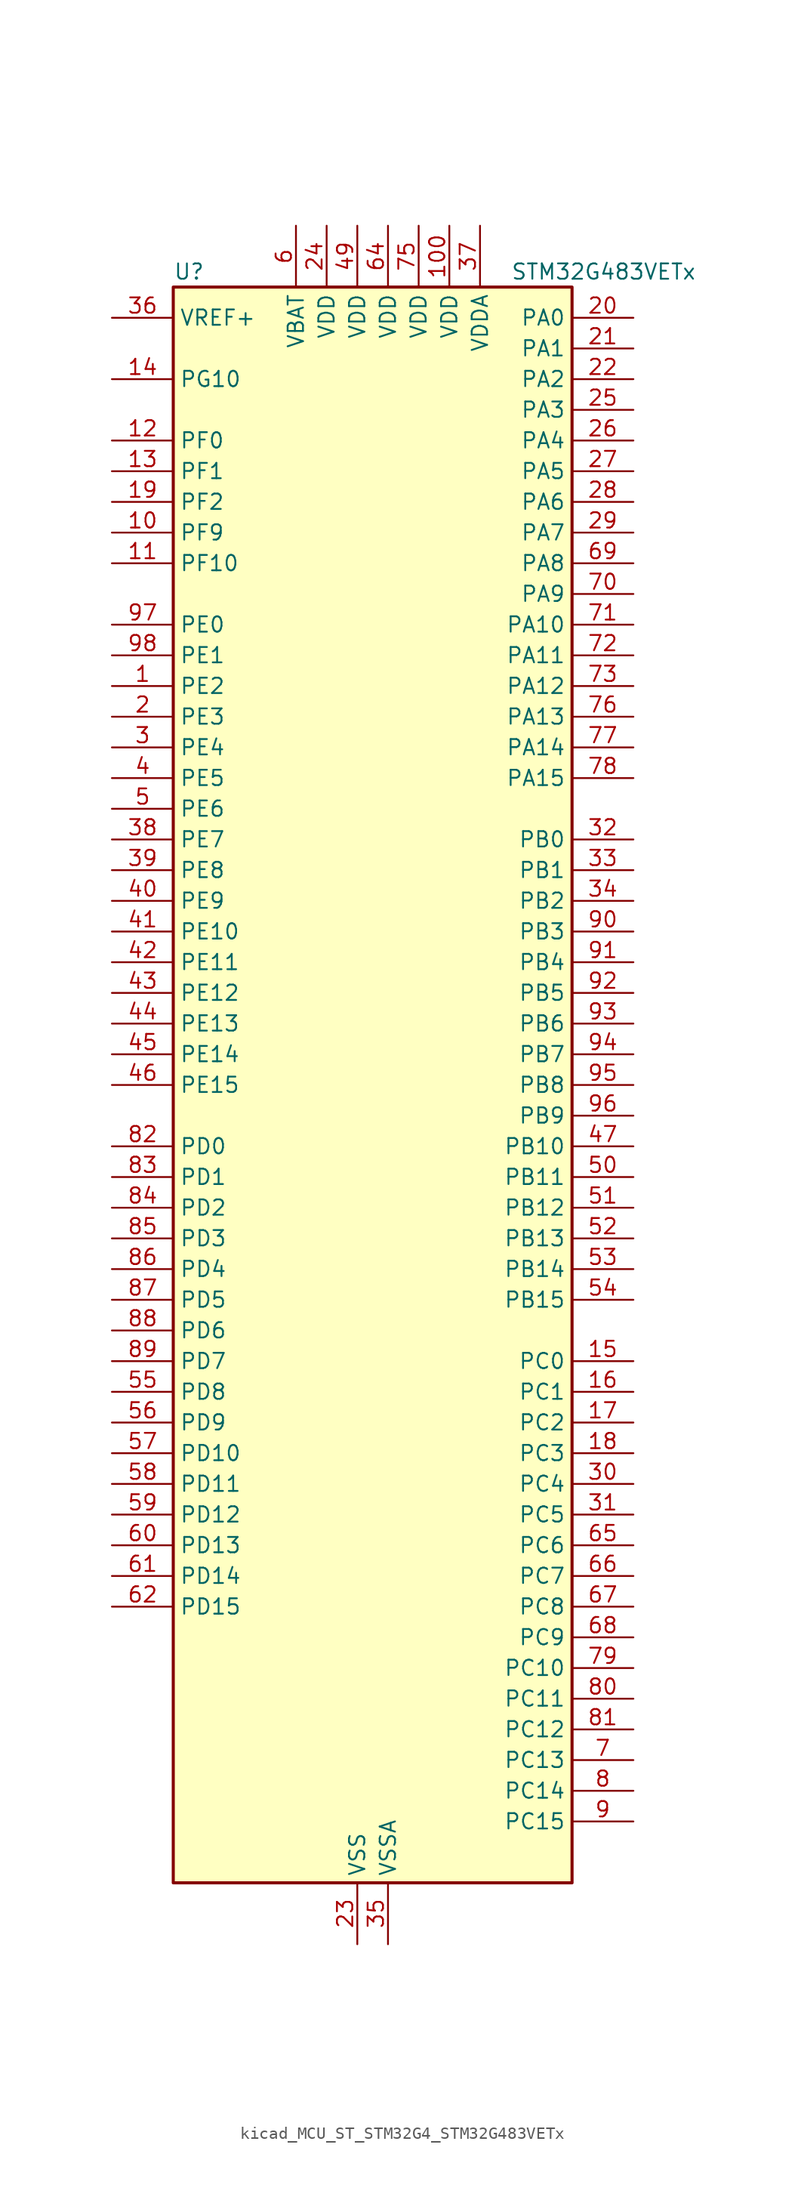
<source format=kicad_sym>
(kicad_symbol_lib
  (version 20220914)
  (generator kicad_symbol_editor)
  (symbol "kicad_MCU_ST_STM32G4_STM32G483VETx"
    (property "Reference" "U"
      (at -15.24 67.31 0)
      (effects (font (size 1.27 1.27)) (justify left)))
    (property "Value" "STM32G483VETx"
      (at 12.7 67.31 0)
      (effects (font (size 1.27 1.27)) (justify left)))
    (property "ki_locked" ""
      (at 0 0 0)
      (effects (font (size 1.27 1.27))))
    (symbol "kicad_MCU_ST_STM32G4_STM32G483VETx_0_1"
      (rectangle (start -15.24 -66.04) (end 17.78 66.04) (stroke (width 0.254) (type default)) (fill (type background))))
    (symbol "kicad_MCU_ST_STM32G4_STM32G483VETx_1_1"
      (pin bidirectional line (at -20.32 33.02 0) (length 5.08) (name "PE2" (effects (font (size 1.27 1.27)))) (number "1" (effects (font (size 1.27 1.27)))) (alternate "ADC3_EXTI2" bidirectional line) (alternate "ADC4_EXTI2" bidirectional line) (alternate "ADC5_EXTI2" bidirectional line) (alternate "FMC_A23" bidirectional line) (alternate "SAI1_CK1" bidirectional line) (alternate "SAI1_MCLK_A" bidirectional line) (alternate "SPI4_SCK" bidirectional line) (alternate "SYS_TRACECLK" bidirectional line) (alternate "TIM20_CH1" bidirectional line) (alternate "TIM3_CH1" bidirectional line))
      (pin bidirectional line (at -20.32 45.72 0) (length 5.08) (name "PF9" (effects (font (size 1.27 1.27)))) (number "10" (effects (font (size 1.27 1.27)))) (alternate "DAC1_EXTI9" bidirectional line) (alternate "DAC2_EXTI9" bidirectional line) (alternate "DAC3_EXTI9" bidirectional line) (alternate "DAC4_EXTI9" bidirectional line) (alternate "FMC_A25" bidirectional line) (alternate "QUADSPI1_BK1_IO1" bidirectional line) (alternate "SAI1_FS_B" bidirectional line) (alternate "SPI2_SCK" bidirectional line) (alternate "TIM15_CH1" bidirectional line) (alternate "TIM20_BKIN" bidirectional line) (alternate "TIM5_CH4" bidirectional line))
      (pin power_in line (at 7.62 71.12 270) (length 5.08) (name "VDD" (effects (font (size 1.27 1.27)))) (number "100" (effects (font (size 1.27 1.27)))))
      (pin bidirectional line (at -20.32 43.18 0) (length 5.08) (name "PF10" (effects (font (size 1.27 1.27)))) (number "11" (effects (font (size 1.27 1.27)))) (alternate "DAC1_EXTI10" bidirectional line) (alternate "DAC2_EXTI10" bidirectional line) (alternate "DAC3_EXTI10" bidirectional line) (alternate "DAC4_EXTI10" bidirectional line) (alternate "FMC_A0" bidirectional line) (alternate "QUADSPI1_CLK" bidirectional line) (alternate "SAI1_D3" bidirectional line) (alternate "SPI2_SCK" bidirectional line) (alternate "TIM15_CH2" bidirectional line) (alternate "TIM20_BKIN2" bidirectional line))
      (pin bidirectional line (at -20.32 53.34 0) (length 5.08) (name "PF0" (effects (font (size 1.27 1.27)))) (number "12" (effects (font (size 1.27 1.27)))) (alternate "ADC1_IN10" bidirectional line) (alternate "I2C2_SDA" bidirectional line) (alternate "I2S2_WS" bidirectional line) (alternate "RCC_OSC_IN" bidirectional line) (alternate "SPI2_NSS" bidirectional line) (alternate "TIM1_CH3N" bidirectional line))
      (pin bidirectional line (at -20.32 50.8 0) (length 5.08) (name "PF1" (effects (font (size 1.27 1.27)))) (number "13" (effects (font (size 1.27 1.27)))) (alternate "ADC2_IN10" bidirectional line) (alternate "COMP3_INM" bidirectional line) (alternate "I2S2_CK" bidirectional line) (alternate "RCC_OSC_OUT" bidirectional line) (alternate "SPI2_SCK" bidirectional line))
      (pin bidirectional line (at -20.32 58.42 0) (length 5.08) (name "PG10" (effects (font (size 1.27 1.27)))) (number "14" (effects (font (size 1.27 1.27)))) (alternate "DAC1_EXTI10" bidirectional line) (alternate "DAC2_EXTI10" bidirectional line) (alternate "DAC3_EXTI10" bidirectional line) (alternate "DAC4_EXTI10" bidirectional line) (alternate "RCC_MCO" bidirectional line))
      (pin bidirectional line (at 22.86 -22.86 180) (length 5.08) (name "PC0" (effects (font (size 1.27 1.27)))) (number "15" (effects (font (size 1.27 1.27)))) (alternate "ADC1_IN6" bidirectional line) (alternate "ADC2_IN6" bidirectional line) (alternate "COMP3_INM" bidirectional line) (alternate "LPTIM1_IN1" bidirectional line) (alternate "LPUART1_RX" bidirectional line) (alternate "TIM1_CH1" bidirectional line))
      (pin bidirectional line (at 22.86 -25.4 180) (length 5.08) (name "PC1" (effects (font (size 1.27 1.27)))) (number "16" (effects (font (size 1.27 1.27)))) (alternate "ADC1_IN7" bidirectional line) (alternate "ADC2_IN7" bidirectional line) (alternate "COMP3_INP" bidirectional line) (alternate "LPTIM1_OUT" bidirectional line) (alternate "LPUART1_TX" bidirectional line) (alternate "QUADSPI1_BK2_IO0" bidirectional line) (alternate "SAI1_SD_A" bidirectional line) (alternate "TIM1_CH2" bidirectional line))
      (pin bidirectional line (at 22.86 -27.94 180) (length 5.08) (name "PC2" (effects (font (size 1.27 1.27)))) (number "17" (effects (font (size 1.27 1.27)))) (alternate "ADC1_IN8" bidirectional line) (alternate "ADC2_IN8" bidirectional line) (alternate "ADC3_EXTI2" bidirectional line) (alternate "ADC4_EXTI2" bidirectional line) (alternate "ADC5_EXTI2" bidirectional line) (alternate "COMP3_OUT" bidirectional line) (alternate "LPTIM1_IN2" bidirectional line) (alternate "QUADSPI1_BK2_IO1" bidirectional line) (alternate "TIM1_CH3" bidirectional line) (alternate "TIM20_CH2" bidirectional line))
      (pin bidirectional line (at 22.86 -30.48 180) (length 5.08) (name "PC3" (effects (font (size 1.27 1.27)))) (number "18" (effects (font (size 1.27 1.27)))) (alternate "ADC1_IN9" bidirectional line) (alternate "ADC2_IN9" bidirectional line) (alternate "ADC3_EXTI3" bidirectional line) (alternate "ADC4_EXTI3" bidirectional line) (alternate "ADC5_EXTI3" bidirectional line) (alternate "LPTIM1_ETR" bidirectional line) (alternate "OPAMP5_VINP" bidirectional line) (alternate "OPAMP5_VINP_SEC" bidirectional line) (alternate "QUADSPI1_BK2_IO2" bidirectional line) (alternate "SAI1_D1" bidirectional line) (alternate "SAI1_SD_A" bidirectional line) (alternate "TIM1_BKIN2" bidirectional line) (alternate "TIM1_CH4" bidirectional line))
      (pin bidirectional line (at -20.32 48.26 0) (length 5.08) (name "PF2" (effects (font (size 1.27 1.27)))) (number "19" (effects (font (size 1.27 1.27)))) (alternate "ADC3_EXTI2" bidirectional line) (alternate "ADC4_EXTI2" bidirectional line) (alternate "ADC5_EXTI2" bidirectional line) (alternate "FMC_A2" bidirectional line) (alternate "I2C2_SMBA" bidirectional line) (alternate "TIM20_CH3" bidirectional line))
      (pin bidirectional line (at -20.32 30.48 0) (length 5.08) (name "PE3" (effects (font (size 1.27 1.27)))) (number "2" (effects (font (size 1.27 1.27)))) (alternate "ADC3_EXTI3" bidirectional line) (alternate "ADC4_EXTI3" bidirectional line) (alternate "ADC5_EXTI3" bidirectional line) (alternate "FMC_A19" bidirectional line) (alternate "SAI1_SD_B" bidirectional line) (alternate "SPI4_NSS" bidirectional line) (alternate "SYS_TRACED0" bidirectional line) (alternate "TIM20_CH2" bidirectional line) (alternate "TIM3_CH2" bidirectional line))
      (pin bidirectional line (at 22.86 63.5 180) (length 5.08) (name "PA0" (effects (font (size 1.27 1.27)))) (number "20" (effects (font (size 1.27 1.27)))) (alternate "ADC1_IN1" bidirectional line) (alternate "ADC2_IN1" bidirectional line) (alternate "COMP1_INM" bidirectional line) (alternate "COMP1_OUT" bidirectional line) (alternate "COMP3_INP" bidirectional line) (alternate "RTC_TAMP2" bidirectional line) (alternate "SYS_WKUP1" bidirectional line) (alternate "TIM2_CH1" bidirectional line) (alternate "TIM2_ETR" bidirectional line) (alternate "TIM5_CH1" bidirectional line) (alternate "TIM8_BKIN" bidirectional line) (alternate "TIM8_ETR" bidirectional line) (alternate "USART2_CTS" bidirectional line) (alternate "USART2_NSS" bidirectional line))
      (pin bidirectional line (at 22.86 60.96 180) (length 5.08) (name "PA1" (effects (font (size 1.27 1.27)))) (number "21" (effects (font (size 1.27 1.27)))) (alternate "ADC1_IN2" bidirectional line) (alternate "ADC2_IN2" bidirectional line) (alternate "COMP1_INP" bidirectional line) (alternate "OPAMP1_VINP" bidirectional line) (alternate "OPAMP1_VINP_SEC" bidirectional line) (alternate "OPAMP3_VINP" bidirectional line) (alternate "OPAMP3_VINP_SEC" bidirectional line) (alternate "OPAMP6_VINM" bidirectional line) (alternate "OPAMP6_VINM0" bidirectional line) (alternate "OPAMP6_VINM_SEC" bidirectional line) (alternate "RTC_REFIN" bidirectional line) (alternate "TIM15_CH1N" bidirectional line) (alternate "TIM2_CH2" bidirectional line) (alternate "TIM5_CH2" bidirectional line) (alternate "USART2_DE" bidirectional line) (alternate "USART2_RTS" bidirectional line))
      (pin bidirectional line (at 22.86 58.42 180) (length 5.08) (name "PA2" (effects (font (size 1.27 1.27)))) (number "22" (effects (font (size 1.27 1.27)))) (alternate "ADC1_IN3" bidirectional line) (alternate "ADC3_EXTI2" bidirectional line) (alternate "ADC4_EXTI2" bidirectional line) (alternate "ADC5_EXTI2" bidirectional line) (alternate "COMP2_INM" bidirectional line) (alternate "COMP2_OUT" bidirectional line) (alternate "LPUART1_TX" bidirectional line) (alternate "OPAMP1_VOUT" bidirectional line) (alternate "QUADSPI1_BK1_NCS" bidirectional line) (alternate "RCC_LSCO" bidirectional line) (alternate "SYS_WKUP4" bidirectional line) (alternate "TIM15_CH1" bidirectional line) (alternate "TIM2_CH3" bidirectional line) (alternate "TIM5_CH3" bidirectional line) (alternate "UCPD1_FRSTX1" bidirectional line) (alternate "UCPD1_FRSTX2" bidirectional line) (alternate "USART2_TX" bidirectional line))
      (pin power_in line (at 0 -71.12 90) (length 5.08) (name "VSS" (effects (font (size 1.27 1.27)))) (number "23" (effects (font (size 1.27 1.27)))))
      (pin power_in line (at -2.54 71.12 270) (length 5.08) (name "VDD" (effects (font (size 1.27 1.27)))) (number "24" (effects (font (size 1.27 1.27)))))
      (pin bidirectional line (at 22.86 55.88 180) (length 5.08) (name "PA3" (effects (font (size 1.27 1.27)))) (number "25" (effects (font (size 1.27 1.27)))) (alternate "ADC1_IN4" bidirectional line) (alternate "ADC3_EXTI3" bidirectional line) (alternate "ADC4_EXTI3" bidirectional line) (alternate "ADC5_EXTI3" bidirectional line) (alternate "COMP2_INP" bidirectional line) (alternate "LPUART1_RX" bidirectional line) (alternate "OPAMP1_VINM" bidirectional line) (alternate "OPAMP1_VINM0" bidirectional line) (alternate "OPAMP1_VINM_SEC" bidirectional line) (alternate "OPAMP1_VINP" bidirectional line) (alternate "OPAMP1_VINP_SEC" bidirectional line) (alternate "OPAMP5_VINM" bidirectional line) (alternate "OPAMP5_VINM1" bidirectional line) (alternate "OPAMP5_VINM_SEC" bidirectional line) (alternate "QUADSPI1_CLK" bidirectional line) (alternate "SAI1_CK1" bidirectional line) (alternate "SAI1_MCLK_A" bidirectional line) (alternate "TIM15_CH2" bidirectional line) (alternate "TIM2_CH4" bidirectional line) (alternate "TIM5_CH4" bidirectional line) (alternate "USART2_RX" bidirectional line))
      (pin bidirectional line (at 22.86 53.34 180) (length 5.08) (name "PA4" (effects (font (size 1.27 1.27)))) (number "26" (effects (font (size 1.27 1.27)))) (alternate "ADC2_IN17" bidirectional line) (alternate "COMP1_INM" bidirectional line) (alternate "DAC1_OUT1" bidirectional line) (alternate "I2S3_WS" bidirectional line) (alternate "SAI1_FS_B" bidirectional line) (alternate "SPI1_NSS" bidirectional line) (alternate "SPI3_NSS" bidirectional line) (alternate "TIM3_CH2" bidirectional line) (alternate "USART2_CK" bidirectional line))
      (pin bidirectional line (at 22.86 50.8 180) (length 5.08) (name "PA5" (effects (font (size 1.27 1.27)))) (number "27" (effects (font (size 1.27 1.27)))) (alternate "ADC2_IN13" bidirectional line) (alternate "COMP2_INM" bidirectional line) (alternate "DAC1_OUT2" bidirectional line) (alternate "OPAMP2_VINM" bidirectional line) (alternate "OPAMP2_VINM0" bidirectional line) (alternate "OPAMP2_VINM_SEC" bidirectional line) (alternate "SPI1_SCK" bidirectional line) (alternate "TIM2_CH1" bidirectional line) (alternate "TIM2_ETR" bidirectional line) (alternate "UCPD1_FRSTX1" bidirectional line) (alternate "UCPD1_FRSTX2" bidirectional line))
      (pin bidirectional line (at 22.86 48.26 180) (length 5.08) (name "PA6" (effects (font (size 1.27 1.27)))) (number "28" (effects (font (size 1.27 1.27)))) (alternate "ADC2_IN3" bidirectional line) (alternate "COMP1_OUT" bidirectional line) (alternate "DAC2_OUT1" bidirectional line) (alternate "LPUART1_CTS" bidirectional line) (alternate "OPAMP2_VOUT" bidirectional line) (alternate "QUADSPI1_BK1_IO3" bidirectional line) (alternate "SPI1_MISO" bidirectional line) (alternate "TIM16_CH1" bidirectional line) (alternate "TIM1_BKIN" bidirectional line) (alternate "TIM3_CH1" bidirectional line) (alternate "TIM8_BKIN" bidirectional line))
      (pin bidirectional line (at 22.86 45.72 180) (length 5.08) (name "PA7" (effects (font (size 1.27 1.27)))) (number "29" (effects (font (size 1.27 1.27)))) (alternate "ADC2_IN4" bidirectional line) (alternate "COMP2_INP" bidirectional line) (alternate "COMP2_OUT" bidirectional line) (alternate "OPAMP1_VINP" bidirectional line) (alternate "OPAMP1_VINP_SEC" bidirectional line) (alternate "OPAMP2_VINP" bidirectional line) (alternate "OPAMP2_VINP_SEC" bidirectional line) (alternate "QUADSPI1_BK1_IO2" bidirectional line) (alternate "SPI1_MOSI" bidirectional line) (alternate "TIM17_CH1" bidirectional line) (alternate "TIM1_CH1N" bidirectional line) (alternate "TIM3_CH2" bidirectional line) (alternate "TIM8_CH1N" bidirectional line) (alternate "UCPD1_FRSTX1" bidirectional line) (alternate "UCPD1_FRSTX2" bidirectional line))
      (pin bidirectional line (at -20.32 27.94 0) (length 5.08) (name "PE4" (effects (font (size 1.27 1.27)))) (number "3" (effects (font (size 1.27 1.27)))) (alternate "FMC_A20" bidirectional line) (alternate "SAI1_D2" bidirectional line) (alternate "SAI1_FS_A" bidirectional line) (alternate "SPI4_NSS" bidirectional line) (alternate "SYS_TRACED1" bidirectional line) (alternate "TIM20_CH1N" bidirectional line) (alternate "TIM3_CH3" bidirectional line))
      (pin bidirectional line (at 22.86 -33.02 180) (length 5.08) (name "PC4" (effects (font (size 1.27 1.27)))) (number "30" (effects (font (size 1.27 1.27)))) (alternate "ADC2_IN5" bidirectional line) (alternate "I2C2_SCL" bidirectional line) (alternate "QUADSPI1_BK2_IO3" bidirectional line) (alternate "TIM1_ETR" bidirectional line) (alternate "USART1_TX" bidirectional line))
      (pin bidirectional line (at 22.86 -35.56 180) (length 5.08) (name "PC5" (effects (font (size 1.27 1.27)))) (number "31" (effects (font (size 1.27 1.27)))) (alternate "ADC2_IN11" bidirectional line) (alternate "OPAMP1_VINM" bidirectional line) (alternate "OPAMP1_VINM1" bidirectional line) (alternate "OPAMP1_VINM_SEC" bidirectional line) (alternate "OPAMP2_VINM" bidirectional line) (alternate "OPAMP2_VINM1" bidirectional line) (alternate "OPAMP2_VINM_SEC" bidirectional line) (alternate "SAI1_D3" bidirectional line) (alternate "SYS_WKUP5" bidirectional line) (alternate "TIM15_BKIN" bidirectional line) (alternate "TIM1_CH4N" bidirectional line) (alternate "USART1_RX" bidirectional line))
      (pin bidirectional line (at 22.86 20.32 180) (length 5.08) (name "PB0" (effects (font (size 1.27 1.27)))) (number "32" (effects (font (size 1.27 1.27)))) (alternate "ADC1_IN15" bidirectional line) (alternate "ADC3_IN12" bidirectional line) (alternate "COMP4_INP" bidirectional line) (alternate "OPAMP2_VINP" bidirectional line) (alternate "OPAMP2_VINP_SEC" bidirectional line) (alternate "OPAMP3_VINP" bidirectional line) (alternate "OPAMP3_VINP_SEC" bidirectional line) (alternate "QUADSPI1_BK1_IO1" bidirectional line) (alternate "TIM1_CH2N" bidirectional line) (alternate "TIM3_CH3" bidirectional line) (alternate "TIM8_CH2N" bidirectional line) (alternate "UCPD1_FRSTX1" bidirectional line) (alternate "UCPD1_FRSTX2" bidirectional line))
      (pin bidirectional line (at 22.86 17.78 180) (length 5.08) (name "PB1" (effects (font (size 1.27 1.27)))) (number "33" (effects (font (size 1.27 1.27)))) (alternate "ADC1_IN12" bidirectional line) (alternate "ADC3_IN1" bidirectional line) (alternate "COMP1_INP" bidirectional line) (alternate "COMP4_OUT" bidirectional line) (alternate "LPUART1_DE" bidirectional line) (alternate "LPUART1_RTS" bidirectional line) (alternate "OPAMP3_VOUT" bidirectional line) (alternate "OPAMP6_VINM" bidirectional line) (alternate "OPAMP6_VINM1" bidirectional line) (alternate "OPAMP6_VINM_SEC" bidirectional line) (alternate "QUADSPI1_BK1_IO0" bidirectional line) (alternate "TIM1_CH3N" bidirectional line) (alternate "TIM3_CH4" bidirectional line) (alternate "TIM8_CH3N" bidirectional line))
      (pin bidirectional line (at 22.86 15.24 180) (length 5.08) (name "PB2" (effects (font (size 1.27 1.27)))) (number "34" (effects (font (size 1.27 1.27)))) (alternate "ADC2_IN12" bidirectional line) (alternate "ADC3_EXTI2" bidirectional line) (alternate "ADC4_EXTI2" bidirectional line) (alternate "ADC5_EXTI2" bidirectional line) (alternate "COMP4_INM" bidirectional line) (alternate "I2C3_SMBA" bidirectional line) (alternate "LPTIM1_OUT" bidirectional line) (alternate "OPAMP3_VINM" bidirectional line) (alternate "OPAMP3_VINM0" bidirectional line) (alternate "OPAMP3_VINM_SEC" bidirectional line) (alternate "QUADSPI1_BK2_IO1" bidirectional line) (alternate "RTC_OUT2" bidirectional line) (alternate "TIM20_CH1" bidirectional line) (alternate "TIM5_CH1" bidirectional line))
      (pin power_in line (at 2.54 -71.12 90) (length 5.08) (name "VSSA" (effects (font (size 1.27 1.27)))) (number "35" (effects (font (size 1.27 1.27)))))
      (pin input line (at -20.32 63.5 0) (length 5.08) (name "VREF+" (effects (font (size 1.27 1.27)))) (number "36" (effects (font (size 1.27 1.27)))) (alternate "VREFBUF_OUT" bidirectional line))
      (pin power_in line (at 10.16 71.12 270) (length 5.08) (name "VDDA" (effects (font (size 1.27 1.27)))) (number "37" (effects (font (size 1.27 1.27)))))
      (pin bidirectional line (at -20.32 20.32 0) (length 5.08) (name "PE7" (effects (font (size 1.27 1.27)))) (number "38" (effects (font (size 1.27 1.27)))) (alternate "ADC3_IN4" bidirectional line) (alternate "COMP4_INP" bidirectional line) (alternate "FMC_D4" bidirectional line) (alternate "FMC_DA4" bidirectional line) (alternate "SAI1_SD_B" bidirectional line) (alternate "TIM1_ETR" bidirectional line))
      (pin bidirectional line (at -20.32 17.78 0) (length 5.08) (name "PE8" (effects (font (size 1.27 1.27)))) (number "39" (effects (font (size 1.27 1.27)))) (alternate "ADC3_IN6" bidirectional line) (alternate "ADC4_IN6" bidirectional line) (alternate "ADC5_IN6" bidirectional line) (alternate "COMP4_INM" bidirectional line) (alternate "FMC_D5" bidirectional line) (alternate "FMC_DA5" bidirectional line) (alternate "SAI1_SCK_B" bidirectional line) (alternate "TIM1_CH1N" bidirectional line) (alternate "TIM5_CH3" bidirectional line))
      (pin bidirectional line (at -20.32 25.4 0) (length 5.08) (name "PE5" (effects (font (size 1.27 1.27)))) (number "4" (effects (font (size 1.27 1.27)))) (alternate "FMC_A21" bidirectional line) (alternate "SAI1_CK2" bidirectional line) (alternate "SAI1_SCK_A" bidirectional line) (alternate "SPI4_MISO" bidirectional line) (alternate "SYS_TRACED2" bidirectional line) (alternate "TIM20_CH2N" bidirectional line) (alternate "TIM3_CH4" bidirectional line))
      (pin bidirectional line (at -20.32 15.24 0) (length 5.08) (name "PE9" (effects (font (size 1.27 1.27)))) (number "40" (effects (font (size 1.27 1.27)))) (alternate "ADC3_IN2" bidirectional line) (alternate "DAC1_EXTI9" bidirectional line) (alternate "DAC2_EXTI9" bidirectional line) (alternate "DAC3_EXTI9" bidirectional line) (alternate "DAC4_EXTI9" bidirectional line) (alternate "FMC_D6" bidirectional line) (alternate "FMC_DA6" bidirectional line) (alternate "SAI1_FS_B" bidirectional line) (alternate "TIM1_CH1" bidirectional line) (alternate "TIM5_CH4" bidirectional line))
      (pin bidirectional line (at -20.32 12.7 0) (length 5.08) (name "PE10" (effects (font (size 1.27 1.27)))) (number "41" (effects (font (size 1.27 1.27)))) (alternate "ADC3_IN14" bidirectional line) (alternate "ADC4_IN14" bidirectional line) (alternate "ADC5_IN14" bidirectional line) (alternate "DAC1_EXTI10" bidirectional line) (alternate "DAC2_EXTI10" bidirectional line) (alternate "DAC3_EXTI10" bidirectional line) (alternate "DAC4_EXTI10" bidirectional line) (alternate "FMC_D7" bidirectional line) (alternate "FMC_DA7" bidirectional line) (alternate "QUADSPI1_CLK" bidirectional line) (alternate "SAI1_MCLK_B" bidirectional line) (alternate "TIM1_CH2N" bidirectional line))
      (pin bidirectional line (at -20.32 10.16 0) (length 5.08) (name "PE11" (effects (font (size 1.27 1.27)))) (number "42" (effects (font (size 1.27 1.27)))) (alternate "ADC1_EXTI11" bidirectional line) (alternate "ADC2_EXTI11" bidirectional line) (alternate "ADC3_IN15" bidirectional line) (alternate "ADC4_IN15" bidirectional line) (alternate "ADC5_IN15" bidirectional line) (alternate "FMC_D8" bidirectional line) (alternate "FMC_DA8" bidirectional line) (alternate "QUADSPI1_BK1_NCS" bidirectional line) (alternate "SPI4_NSS" bidirectional line) (alternate "TIM1_CH2" bidirectional line))
      (pin bidirectional line (at -20.32 7.62 0) (length 5.08) (name "PE12" (effects (font (size 1.27 1.27)))) (number "43" (effects (font (size 1.27 1.27)))) (alternate "ADC3_IN16" bidirectional line) (alternate "ADC4_IN16" bidirectional line) (alternate "ADC5_IN16" bidirectional line) (alternate "FMC_D9" bidirectional line) (alternate "FMC_DA9" bidirectional line) (alternate "QUADSPI1_BK1_IO0" bidirectional line) (alternate "SPI4_SCK" bidirectional line) (alternate "TIM1_CH3N" bidirectional line))
      (pin bidirectional line (at -20.32 5.08 0) (length 5.08) (name "PE13" (effects (font (size 1.27 1.27)))) (number "44" (effects (font (size 1.27 1.27)))) (alternate "ADC3_IN3" bidirectional line) (alternate "FMC_D10" bidirectional line) (alternate "FMC_DA10" bidirectional line) (alternate "QUADSPI1_BK1_IO1" bidirectional line) (alternate "SPI4_MISO" bidirectional line) (alternate "TIM1_CH3" bidirectional line))
      (pin bidirectional line (at -20.32 2.54 0) (length 5.08) (name "PE14" (effects (font (size 1.27 1.27)))) (number "45" (effects (font (size 1.27 1.27)))) (alternate "ADC4_IN1" bidirectional line) (alternate "FMC_D11" bidirectional line) (alternate "FMC_DA11" bidirectional line) (alternate "QUADSPI1_BK1_IO2" bidirectional line) (alternate "SPI4_MOSI" bidirectional line) (alternate "TIM1_BKIN2" bidirectional line) (alternate "TIM1_CH4" bidirectional line))
      (pin bidirectional line (at -20.32 0 0) (length 5.08) (name "PE15" (effects (font (size 1.27 1.27)))) (number "46" (effects (font (size 1.27 1.27)))) (alternate "ADC1_EXTI15" bidirectional line) (alternate "ADC2_EXTI15" bidirectional line) (alternate "ADC4_IN2" bidirectional line) (alternate "FMC_D12" bidirectional line) (alternate "FMC_DA12" bidirectional line) (alternate "QUADSPI1_BK1_IO3" bidirectional line) (alternate "TIM1_BKIN" bidirectional line) (alternate "TIM1_CH4N" bidirectional line) (alternate "USART3_RX" bidirectional line))
      (pin bidirectional line (at 22.86 -5.08 180) (length 5.08) (name "PB10" (effects (font (size 1.27 1.27)))) (number "47" (effects (font (size 1.27 1.27)))) (alternate "COMP5_INM" bidirectional line) (alternate "DAC1_EXTI10" bidirectional line) (alternate "DAC2_EXTI10" bidirectional line) (alternate "DAC3_EXTI10" bidirectional line) (alternate "DAC4_EXTI10" bidirectional line) (alternate "LPUART1_RX" bidirectional line) (alternate "OPAMP3_VINM" bidirectional line) (alternate "OPAMP3_VINM1" bidirectional line) (alternate "OPAMP3_VINM_SEC" bidirectional line) (alternate "OPAMP4_VINM" bidirectional line) (alternate "OPAMP4_VINM0" bidirectional line) (alternate "OPAMP4_VINM_SEC" bidirectional line) (alternate "QUADSPI1_CLK" bidirectional line) (alternate "SAI1_SCK_A" bidirectional line) (alternate "TIM1_BKIN" bidirectional line) (alternate "TIM2_CH3" bidirectional line) (alternate "USART3_TX" bidirectional line))
      (pin passive line (at 0 -71.12 90) (length 5.08) hide (name "VSS" (effects (font (size 1.27 1.27)))) (number "48" (effects (font (size 1.27 1.27)))))
      (pin power_in line (at 0 71.12 270) (length 5.08) (name "VDD" (effects (font (size 1.27 1.27)))) (number "49" (effects (font (size 1.27 1.27)))))
      (pin bidirectional line (at -20.32 22.86 0) (length 5.08) (name "PE6" (effects (font (size 1.27 1.27)))) (number "5" (effects (font (size 1.27 1.27)))) (alternate "FMC_A22" bidirectional line) (alternate "RTC_TAMP3" bidirectional line) (alternate "SAI1_D1" bidirectional line) (alternate "SAI1_SD_A" bidirectional line) (alternate "SPI4_MOSI" bidirectional line) (alternate "SYS_TRACED3" bidirectional line) (alternate "SYS_WKUP3" bidirectional line) (alternate "TIM20_CH3N" bidirectional line))
      (pin bidirectional line (at 22.86 -7.62 180) (length 5.08) (name "PB11" (effects (font (size 1.27 1.27)))) (number "50" (effects (font (size 1.27 1.27)))) (alternate "ADC1_EXTI11" bidirectional line) (alternate "ADC1_IN14" bidirectional line) (alternate "ADC2_EXTI11" bidirectional line) (alternate "ADC2_IN14" bidirectional line) (alternate "COMP6_INP" bidirectional line) (alternate "LPUART1_TX" bidirectional line) (alternate "OPAMP4_VINP" bidirectional line) (alternate "OPAMP4_VINP_SEC" bidirectional line) (alternate "OPAMP6_VOUT" bidirectional line) (alternate "QUADSPI1_BK1_NCS" bidirectional line) (alternate "TIM2_CH4" bidirectional line) (alternate "USART3_RX" bidirectional line))
      (pin bidirectional line (at 22.86 -10.16 180) (length 5.08) (name "PB12" (effects (font (size 1.27 1.27)))) (number "51" (effects (font (size 1.27 1.27)))) (alternate "ADC1_IN11" bidirectional line) (alternate "ADC4_IN3" bidirectional line) (alternate "COMP7_INM" bidirectional line) (alternate "FDCAN2_RX" bidirectional line) (alternate "I2C2_SMBA" bidirectional line) (alternate "I2S2_WS" bidirectional line) (alternate "LPUART1_DE" bidirectional line) (alternate "LPUART1_RTS" bidirectional line) (alternate "OPAMP4_VOUT" bidirectional line) (alternate "OPAMP6_VINP" bidirectional line) (alternate "OPAMP6_VINP_SEC" bidirectional line) (alternate "SPI2_NSS" bidirectional line) (alternate "TIM1_BKIN" bidirectional line) (alternate "TIM5_ETR" bidirectional line) (alternate "USART3_CK" bidirectional line))
      (pin bidirectional line (at 22.86 -12.7 180) (length 5.08) (name "PB13" (effects (font (size 1.27 1.27)))) (number "52" (effects (font (size 1.27 1.27)))) (alternate "ADC3_IN5" bidirectional line) (alternate "COMP5_INP" bidirectional line) (alternate "FDCAN2_TX" bidirectional line) (alternate "I2S2_CK" bidirectional line) (alternate "LPUART1_CTS" bidirectional line) (alternate "OPAMP3_VINP" bidirectional line) (alternate "OPAMP3_VINP_SEC" bidirectional line) (alternate "OPAMP4_VINP" bidirectional line) (alternate "OPAMP4_VINP_SEC" bidirectional line) (alternate "OPAMP6_VINP" bidirectional line) (alternate "OPAMP6_VINP_SEC" bidirectional line) (alternate "SPI2_SCK" bidirectional line) (alternate "TIM1_CH1N" bidirectional line) (alternate "USART3_CTS" bidirectional line) (alternate "USART3_NSS" bidirectional line))
      (pin bidirectional line (at 22.86 -15.24 180) (length 5.08) (name "PB14" (effects (font (size 1.27 1.27)))) (number "53" (effects (font (size 1.27 1.27)))) (alternate "ADC1_IN5" bidirectional line) (alternate "ADC4_IN4" bidirectional line) (alternate "COMP4_OUT" bidirectional line) (alternate "COMP7_INP" bidirectional line) (alternate "OPAMP2_VINP" bidirectional line) (alternate "OPAMP2_VINP_SEC" bidirectional line) (alternate "OPAMP5_VINP" bidirectional line) (alternate "OPAMP5_VINP_SEC" bidirectional line) (alternate "SPI2_MISO" bidirectional line) (alternate "TIM15_CH1" bidirectional line) (alternate "TIM1_CH2N" bidirectional line) (alternate "USART3_DE" bidirectional line) (alternate "USART3_RTS" bidirectional line))
      (pin bidirectional line (at 22.86 -17.78 180) (length 5.08) (name "PB15" (effects (font (size 1.27 1.27)))) (number "54" (effects (font (size 1.27 1.27)))) (alternate "ADC1_EXTI15" bidirectional line) (alternate "ADC2_EXTI15" bidirectional line) (alternate "ADC2_IN15" bidirectional line) (alternate "ADC4_IN5" bidirectional line) (alternate "COMP3_OUT" bidirectional line) (alternate "COMP6_INM" bidirectional line) (alternate "I2S2_SD" bidirectional line) (alternate "OPAMP5_VINM" bidirectional line) (alternate "OPAMP5_VINM0" bidirectional line) (alternate "OPAMP5_VINM_SEC" bidirectional line) (alternate "RTC_REFIN" bidirectional line) (alternate "SPI2_MOSI" bidirectional line) (alternate "TIM15_CH1N" bidirectional line) (alternate "TIM15_CH2" bidirectional line) (alternate "TIM1_CH3N" bidirectional line))
      (pin bidirectional line (at -20.32 -25.4 0) (length 5.08) (name "PD8" (effects (font (size 1.27 1.27)))) (number "55" (effects (font (size 1.27 1.27)))) (alternate "ADC4_IN12" bidirectional line) (alternate "ADC5_IN12" bidirectional line) (alternate "FMC_D13" bidirectional line) (alternate "FMC_DA13" bidirectional line) (alternate "OPAMP4_VINM" bidirectional line) (alternate "OPAMP4_VINM1" bidirectional line) (alternate "OPAMP4_VINM_SEC" bidirectional line) (alternate "USART3_TX" bidirectional line))
      (pin bidirectional line (at -20.32 -27.94 0) (length 5.08) (name "PD9" (effects (font (size 1.27 1.27)))) (number "56" (effects (font (size 1.27 1.27)))) (alternate "ADC4_IN13" bidirectional line) (alternate "ADC5_IN13" bidirectional line) (alternate "DAC1_EXTI9" bidirectional line) (alternate "DAC2_EXTI9" bidirectional line) (alternate "DAC3_EXTI9" bidirectional line) (alternate "DAC4_EXTI9" bidirectional line) (alternate "FMC_D14" bidirectional line) (alternate "FMC_DA14" bidirectional line) (alternate "OPAMP6_VINP" bidirectional line) (alternate "OPAMP6_VINP_SEC" bidirectional line) (alternate "USART3_RX" bidirectional line))
      (pin bidirectional line (at -20.32 -30.48 0) (length 5.08) (name "PD10" (effects (font (size 1.27 1.27)))) (number "57" (effects (font (size 1.27 1.27)))) (alternate "ADC3_IN7" bidirectional line) (alternate "ADC4_IN7" bidirectional line) (alternate "ADC5_IN7" bidirectional line) (alternate "COMP6_INM" bidirectional line) (alternate "DAC1_EXTI10" bidirectional line) (alternate "DAC2_EXTI10" bidirectional line) (alternate "DAC3_EXTI10" bidirectional line) (alternate "DAC4_EXTI10" bidirectional line) (alternate "FMC_D15" bidirectional line) (alternate "FMC_DA15" bidirectional line) (alternate "USART3_CK" bidirectional line))
      (pin bidirectional line (at -20.32 -33.02 0) (length 5.08) (name "PD11" (effects (font (size 1.27 1.27)))) (number "58" (effects (font (size 1.27 1.27)))) (alternate "ADC1_EXTI11" bidirectional line) (alternate "ADC2_EXTI11" bidirectional line) (alternate "ADC3_IN8" bidirectional line) (alternate "ADC4_IN8" bidirectional line) (alternate "ADC5_IN8" bidirectional line) (alternate "COMP6_INP" bidirectional line) (alternate "FMC_A16" bidirectional line) (alternate "FMC_CLE" bidirectional line) (alternate "I2C4_SMBA" bidirectional line) (alternate "OPAMP4_VINP" bidirectional line) (alternate "OPAMP4_VINP_SEC" bidirectional line) (alternate "TIM5_ETR" bidirectional line) (alternate "USART3_CTS" bidirectional line) (alternate "USART3_NSS" bidirectional line))
      (pin bidirectional line (at -20.32 -35.56 0) (length 5.08) (name "PD12" (effects (font (size 1.27 1.27)))) (number "59" (effects (font (size 1.27 1.27)))) (alternate "ADC3_IN9" bidirectional line) (alternate "ADC4_IN9" bidirectional line) (alternate "ADC5_IN9" bidirectional line) (alternate "COMP5_INP" bidirectional line) (alternate "FMC_A17" bidirectional line) (alternate "FMC_ALE" bidirectional line) (alternate "OPAMP5_VINP" bidirectional line) (alternate "OPAMP5_VINP_SEC" bidirectional line) (alternate "TIM4_CH1" bidirectional line) (alternate "USART3_DE" bidirectional line) (alternate "USART3_RTS" bidirectional line))
      (pin power_in line (at -5.08 71.12 270) (length 5.08) (name "VBAT" (effects (font (size 1.27 1.27)))) (number "6" (effects (font (size 1.27 1.27)))))
      (pin bidirectional line (at -20.32 -38.1 0) (length 5.08) (name "PD13" (effects (font (size 1.27 1.27)))) (number "60" (effects (font (size 1.27 1.27)))) (alternate "ADC3_IN10" bidirectional line) (alternate "ADC4_IN10" bidirectional line) (alternate "ADC5_IN10" bidirectional line) (alternate "COMP5_INM" bidirectional line) (alternate "FMC_A18" bidirectional line) (alternate "TIM4_CH2" bidirectional line))
      (pin bidirectional line (at -20.32 -40.64 0) (length 5.08) (name "PD14" (effects (font (size 1.27 1.27)))) (number "61" (effects (font (size 1.27 1.27)))) (alternate "ADC3_IN11" bidirectional line) (alternate "ADC4_IN11" bidirectional line) (alternate "ADC5_IN11" bidirectional line) (alternate "COMP7_INP" bidirectional line) (alternate "FMC_D0" bidirectional line) (alternate "FMC_DA0" bidirectional line) (alternate "OPAMP2_VINP" bidirectional line) (alternate "OPAMP2_VINP_SEC" bidirectional line) (alternate "TIM4_CH3" bidirectional line))
      (pin bidirectional line (at -20.32 -43.18 0) (length 5.08) (name "PD15" (effects (font (size 1.27 1.27)))) (number "62" (effects (font (size 1.27 1.27)))) (alternate "ADC1_EXTI15" bidirectional line) (alternate "ADC2_EXTI15" bidirectional line) (alternate "COMP7_INM" bidirectional line) (alternate "FMC_D1" bidirectional line) (alternate "FMC_DA1" bidirectional line) (alternate "SPI2_NSS" bidirectional line) (alternate "TIM4_CH4" bidirectional line))
      (pin passive line (at 0 -71.12 90) (length 5.08) hide (name "VSS" (effects (font (size 1.27 1.27)))) (number "63" (effects (font (size 1.27 1.27)))))
      (pin power_in line (at 2.54 71.12 270) (length 5.08) (name "VDD" (effects (font (size 1.27 1.27)))) (number "64" (effects (font (size 1.27 1.27)))))
      (pin bidirectional line (at 22.86 -38.1 180) (length 5.08) (name "PC6" (effects (font (size 1.27 1.27)))) (number "65" (effects (font (size 1.27 1.27)))) (alternate "COMP6_OUT" bidirectional line) (alternate "I2C4_SCL" bidirectional line) (alternate "I2S2_MCK" bidirectional line) (alternate "TIM3_CH1" bidirectional line) (alternate "TIM8_CH1" bidirectional line))
      (pin bidirectional line (at 22.86 -40.64 180) (length 5.08) (name "PC7" (effects (font (size 1.27 1.27)))) (number "66" (effects (font (size 1.27 1.27)))) (alternate "COMP5_OUT" bidirectional line) (alternate "I2C4_SDA" bidirectional line) (alternate "I2S3_MCK" bidirectional line) (alternate "TIM3_CH2" bidirectional line) (alternate "TIM8_CH2" bidirectional line))
      (pin bidirectional line (at 22.86 -43.18 180) (length 5.08) (name "PC8" (effects (font (size 1.27 1.27)))) (number "67" (effects (font (size 1.27 1.27)))) (alternate "COMP7_OUT" bidirectional line) (alternate "I2C3_SCL" bidirectional line) (alternate "TIM20_CH3" bidirectional line) (alternate "TIM3_CH3" bidirectional line) (alternate "TIM8_CH3" bidirectional line))
      (pin bidirectional line (at 22.86 -45.72 180) (length 5.08) (name "PC9" (effects (font (size 1.27 1.27)))) (number "68" (effects (font (size 1.27 1.27)))) (alternate "DAC1_EXTI9" bidirectional line) (alternate "DAC2_EXTI9" bidirectional line) (alternate "DAC3_EXTI9" bidirectional line) (alternate "DAC4_EXTI9" bidirectional line) (alternate "I2C3_SDA" bidirectional line) (alternate "I2S_CKIN" bidirectional line) (alternate "TIM3_CH4" bidirectional line) (alternate "TIM8_BKIN2" bidirectional line) (alternate "TIM8_CH4" bidirectional line))
      (pin bidirectional line (at 22.86 43.18 180) (length 5.08) (name "PA8" (effects (font (size 1.27 1.27)))) (number "69" (effects (font (size 1.27 1.27)))) (alternate "ADC5_IN1" bidirectional line) (alternate "COMP7_OUT" bidirectional line) (alternate "FDCAN3_RX" bidirectional line) (alternate "I2C2_SDA" bidirectional line) (alternate "I2C3_SCL" bidirectional line) (alternate "I2S2_MCK" bidirectional line) (alternate "OPAMP5_VOUT" bidirectional line) (alternate "RCC_MCO" bidirectional line) (alternate "SAI1_CK2" bidirectional line) (alternate "SAI1_SCK_A" bidirectional line) (alternate "TIM1_CH1" bidirectional line) (alternate "TIM4_ETR" bidirectional line) (alternate "USART1_CK" bidirectional line))
      (pin bidirectional line (at 22.86 -55.88 180) (length 5.08) (name "PC13" (effects (font (size 1.27 1.27)))) (number "7" (effects (font (size 1.27 1.27)))) (alternate "RTC_OUT1" bidirectional line) (alternate "RTC_TAMP1" bidirectional line) (alternate "RTC_TS" bidirectional line) (alternate "SYS_WKUP2" bidirectional line) (alternate "TIM1_BKIN" bidirectional line) (alternate "TIM1_CH1N" bidirectional line) (alternate "TIM8_CH4N" bidirectional line))
      (pin bidirectional line (at 22.86 40.64 180) (length 5.08) (name "PA9" (effects (font (size 1.27 1.27)))) (number "70" (effects (font (size 1.27 1.27)))) (alternate "ADC5_IN2" bidirectional line) (alternate "COMP5_OUT" bidirectional line) (alternate "DAC1_EXTI9" bidirectional line) (alternate "DAC2_EXTI9" bidirectional line) (alternate "DAC3_EXTI9" bidirectional line) (alternate "DAC4_EXTI9" bidirectional line) (alternate "I2C2_SCL" bidirectional line) (alternate "I2C3_SMBA" bidirectional line) (alternate "I2S3_MCK" bidirectional line) (alternate "SAI1_FS_A" bidirectional line) (alternate "TIM15_BKIN" bidirectional line) (alternate "TIM1_CH2" bidirectional line) (alternate "TIM2_CH3" bidirectional line) (alternate "UCPD1_DBCC1" bidirectional line) (alternate "USART1_TX" bidirectional line))
      (pin bidirectional line (at 22.86 38.1 180) (length 5.08) (name "PA10" (effects (font (size 1.27 1.27)))) (number "71" (effects (font (size 1.27 1.27)))) (alternate "COMP6_OUT" bidirectional line) (alternate "CRS_SYNC" bidirectional line) (alternate "DAC1_EXTI10" bidirectional line) (alternate "DAC2_EXTI10" bidirectional line) (alternate "DAC3_EXTI10" bidirectional line) (alternate "DAC4_EXTI10" bidirectional line) (alternate "I2C2_SMBA" bidirectional line) (alternate "SAI1_D1" bidirectional line) (alternate "SAI1_SD_A" bidirectional line) (alternate "SPI2_MISO" bidirectional line) (alternate "TIM17_BKIN" bidirectional line) (alternate "TIM1_CH3" bidirectional line) (alternate "TIM2_CH4" bidirectional line) (alternate "TIM8_BKIN" bidirectional line) (alternate "UCPD1_DBCC2" bidirectional line) (alternate "USART1_RX" bidirectional line))
      (pin bidirectional line (at 22.86 35.56 180) (length 5.08) (name "PA11" (effects (font (size 1.27 1.27)))) (number "72" (effects (font (size 1.27 1.27)))) (alternate "ADC1_EXTI11" bidirectional line) (alternate "ADC2_EXTI11" bidirectional line) (alternate "COMP1_OUT" bidirectional line) (alternate "FDCAN1_RX" bidirectional line) (alternate "I2S2_SD" bidirectional line) (alternate "SPI2_MOSI" bidirectional line) (alternate "TIM1_BKIN2" bidirectional line) (alternate "TIM1_CH1N" bidirectional line) (alternate "TIM1_CH4" bidirectional line) (alternate "TIM4_CH1" bidirectional line) (alternate "USART1_CTS" bidirectional line) (alternate "USART1_NSS" bidirectional line) (alternate "USB_DM" bidirectional line))
      (pin bidirectional line (at 22.86 33.02 180) (length 5.08) (name "PA12" (effects (font (size 1.27 1.27)))) (number "73" (effects (font (size 1.27 1.27)))) (alternate "COMP2_OUT" bidirectional line) (alternate "FDCAN1_TX" bidirectional line) (alternate "I2S_CKIN" bidirectional line) (alternate "TIM16_CH1" bidirectional line) (alternate "TIM1_CH2N" bidirectional line) (alternate "TIM1_ETR" bidirectional line) (alternate "TIM4_CH2" bidirectional line) (alternate "USART1_DE" bidirectional line) (alternate "USART1_RTS" bidirectional line) (alternate "USB_DP" bidirectional line))
      (pin passive line (at 0 -71.12 90) (length 5.08) hide (name "VSS" (effects (font (size 1.27 1.27)))) (number "74" (effects (font (size 1.27 1.27)))))
      (pin power_in line (at 5.08 71.12 270) (length 5.08) (name "VDD" (effects (font (size 1.27 1.27)))) (number "75" (effects (font (size 1.27 1.27)))))
      (pin bidirectional line (at 22.86 30.48 180) (length 5.08) (name "PA13" (effects (font (size 1.27 1.27)))) (number "76" (effects (font (size 1.27 1.27)))) (alternate "I2C1_SCL" bidirectional line) (alternate "I2C4_SCL" bidirectional line) (alternate "IR_OUT" bidirectional line) (alternate "SAI1_SD_B" bidirectional line) (alternate "SYS_JTMS-SWDIO" bidirectional line) (alternate "TIM16_CH1N" bidirectional line) (alternate "TIM4_CH3" bidirectional line) (alternate "USART3_CTS" bidirectional line) (alternate "USART3_NSS" bidirectional line))
      (pin bidirectional line (at 22.86 27.94 180) (length 5.08) (name "PA14" (effects (font (size 1.27 1.27)))) (number "77" (effects (font (size 1.27 1.27)))) (alternate "I2C1_SDA" bidirectional line) (alternate "I2C4_SMBA" bidirectional line) (alternate "LPTIM1_OUT" bidirectional line) (alternate "SAI1_FS_B" bidirectional line) (alternate "SYS_JTCK-SWCLK" bidirectional line) (alternate "TIM1_BKIN" bidirectional line) (alternate "TIM8_CH2" bidirectional line) (alternate "USART2_TX" bidirectional line))
      (pin bidirectional line (at 22.86 25.4 180) (length 5.08) (name "PA15" (effects (font (size 1.27 1.27)))) (number "78" (effects (font (size 1.27 1.27)))) (alternate "ADC1_EXTI15" bidirectional line) (alternate "ADC2_EXTI15" bidirectional line) (alternate "FDCAN3_TX" bidirectional line) (alternate "I2C1_SCL" bidirectional line) (alternate "I2S3_WS" bidirectional line) (alternate "SPI1_NSS" bidirectional line) (alternate "SPI3_NSS" bidirectional line) (alternate "SYS_JTDI" bidirectional line) (alternate "TIM1_BKIN" bidirectional line) (alternate "TIM2_CH1" bidirectional line) (alternate "TIM2_ETR" bidirectional line) (alternate "TIM8_CH1" bidirectional line) (alternate "UART4_DE" bidirectional line) (alternate "UART4_RTS" bidirectional line) (alternate "USART2_RX" bidirectional line))
      (pin bidirectional line (at 22.86 -48.26 180) (length 5.08) (name "PC10" (effects (font (size 1.27 1.27)))) (number "79" (effects (font (size 1.27 1.27)))) (alternate "DAC1_EXTI10" bidirectional line) (alternate "DAC2_EXTI10" bidirectional line) (alternate "DAC3_EXTI10" bidirectional line) (alternate "DAC4_EXTI10" bidirectional line) (alternate "I2S3_CK" bidirectional line) (alternate "SPI3_SCK" bidirectional line) (alternate "TIM8_CH1N" bidirectional line) (alternate "UART4_TX" bidirectional line) (alternate "USART3_TX" bidirectional line))
      (pin bidirectional line (at 22.86 -58.42 180) (length 5.08) (name "PC14" (effects (font (size 1.27 1.27)))) (number "8" (effects (font (size 1.27 1.27)))) (alternate "RCC_OSC32_IN" bidirectional line))
      (pin bidirectional line (at 22.86 -50.8 180) (length 5.08) (name "PC11" (effects (font (size 1.27 1.27)))) (number "80" (effects (font (size 1.27 1.27)))) (alternate "ADC1_EXTI11" bidirectional line) (alternate "ADC2_EXTI11" bidirectional line) (alternate "I2C3_SDA" bidirectional line) (alternate "SPI3_MISO" bidirectional line) (alternate "TIM8_CH2N" bidirectional line) (alternate "UART4_RX" bidirectional line) (alternate "USART3_RX" bidirectional line))
      (pin bidirectional line (at 22.86 -53.34 180) (length 5.08) (name "PC12" (effects (font (size 1.27 1.27)))) (number "81" (effects (font (size 1.27 1.27)))) (alternate "I2S3_SD" bidirectional line) (alternate "SPI3_MOSI" bidirectional line) (alternate "TIM5_CH2" bidirectional line) (alternate "TIM8_CH3N" bidirectional line) (alternate "UART5_TX" bidirectional line) (alternate "UCPD1_FRSTX1" bidirectional line) (alternate "UCPD1_FRSTX2" bidirectional line) (alternate "USART3_CK" bidirectional line))
      (pin bidirectional line (at -20.32 -5.08 0) (length 5.08) (name "PD0" (effects (font (size 1.27 1.27)))) (number "82" (effects (font (size 1.27 1.27)))) (alternate "FDCAN1_RX" bidirectional line) (alternate "FMC_D2" bidirectional line) (alternate "FMC_DA2" bidirectional line) (alternate "TIM8_CH4N" bidirectional line))
      (pin bidirectional line (at -20.32 -7.62 0) (length 5.08) (name "PD1" (effects (font (size 1.27 1.27)))) (number "83" (effects (font (size 1.27 1.27)))) (alternate "FDCAN1_TX" bidirectional line) (alternate "FMC_D3" bidirectional line) (alternate "FMC_DA3" bidirectional line) (alternate "TIM8_BKIN2" bidirectional line) (alternate "TIM8_CH4" bidirectional line))
      (pin bidirectional line (at -20.32 -10.16 0) (length 5.08) (name "PD2" (effects (font (size 1.27 1.27)))) (number "84" (effects (font (size 1.27 1.27)))) (alternate "ADC3_EXTI2" bidirectional line) (alternate "ADC4_EXTI2" bidirectional line) (alternate "ADC5_EXTI2" bidirectional line) (alternate "TIM3_ETR" bidirectional line) (alternate "TIM8_BKIN" bidirectional line) (alternate "UART5_RX" bidirectional line))
      (pin bidirectional line (at -20.32 -12.7 0) (length 5.08) (name "PD3" (effects (font (size 1.27 1.27)))) (number "85" (effects (font (size 1.27 1.27)))) (alternate "ADC3_EXTI3" bidirectional line) (alternate "ADC4_EXTI3" bidirectional line) (alternate "ADC5_EXTI3" bidirectional line) (alternate "FMC_CLK" bidirectional line) (alternate "QUADSPI1_BK2_NCS" bidirectional line) (alternate "TIM2_CH1" bidirectional line) (alternate "TIM2_ETR" bidirectional line) (alternate "USART2_CTS" bidirectional line) (alternate "USART2_NSS" bidirectional line))
      (pin bidirectional line (at -20.32 -15.24 0) (length 5.08) (name "PD4" (effects (font (size 1.27 1.27)))) (number "86" (effects (font (size 1.27 1.27)))) (alternate "FMC_NOE" bidirectional line) (alternate "QUADSPI1_BK2_IO0" bidirectional line) (alternate "TIM2_CH2" bidirectional line) (alternate "USART2_DE" bidirectional line) (alternate "USART2_RTS" bidirectional line))
      (pin bidirectional line (at -20.32 -17.78 0) (length 5.08) (name "PD5" (effects (font (size 1.27 1.27)))) (number "87" (effects (font (size 1.27 1.27)))) (alternate "FMC_NWE" bidirectional line) (alternate "QUADSPI1_BK2_IO1" bidirectional line) (alternate "USART2_TX" bidirectional line))
      (pin bidirectional line (at -20.32 -20.32 0) (length 5.08) (name "PD6" (effects (font (size 1.27 1.27)))) (number "88" (effects (font (size 1.27 1.27)))) (alternate "FMC_NWAIT" bidirectional line) (alternate "QUADSPI1_BK2_IO2" bidirectional line) (alternate "SAI1_D1" bidirectional line) (alternate "SAI1_SD_A" bidirectional line) (alternate "TIM2_CH4" bidirectional line) (alternate "USART2_RX" bidirectional line))
      (pin bidirectional line (at -20.32 -22.86 0) (length 5.08) (name "PD7" (effects (font (size 1.27 1.27)))) (number "89" (effects (font (size 1.27 1.27)))) (alternate "FMC_NCE" bidirectional line) (alternate "FMC_NE1" bidirectional line) (alternate "QUADSPI1_BK2_IO3" bidirectional line) (alternate "TIM2_CH3" bidirectional line) (alternate "USART2_CK" bidirectional line))
      (pin bidirectional line (at 22.86 -60.96 180) (length 5.08) (name "PC15" (effects (font (size 1.27 1.27)))) (number "9" (effects (font (size 1.27 1.27)))) (alternate "ADC1_EXTI15" bidirectional line) (alternate "ADC2_EXTI15" bidirectional line) (alternate "RCC_OSC32_OUT" bidirectional line))
      (pin bidirectional line (at 22.86 12.7 180) (length 5.08) (name "PB3" (effects (font (size 1.27 1.27)))) (number "90" (effects (font (size 1.27 1.27)))) (alternate "ADC3_EXTI3" bidirectional line) (alternate "ADC4_EXTI3" bidirectional line) (alternate "ADC5_EXTI3" bidirectional line) (alternate "CRS_SYNC" bidirectional line) (alternate "FDCAN3_RX" bidirectional line) (alternate "I2S3_CK" bidirectional line) (alternate "SAI1_SCK_B" bidirectional line) (alternate "SPI1_SCK" bidirectional line) (alternate "SPI3_SCK" bidirectional line) (alternate "SYS_JTDO-SWO" bidirectional line) (alternate "TIM2_CH2" bidirectional line) (alternate "TIM3_ETR" bidirectional line) (alternate "TIM4_ETR" bidirectional line) (alternate "TIM8_CH1N" bidirectional line) (alternate "USART2_TX" bidirectional line))
      (pin bidirectional line (at 22.86 10.16 180) (length 5.08) (name "PB4" (effects (font (size 1.27 1.27)))) (number "91" (effects (font (size 1.27 1.27)))) (alternate "FDCAN3_TX" bidirectional line) (alternate "SAI1_MCLK_B" bidirectional line) (alternate "SPI1_MISO" bidirectional line) (alternate "SPI3_MISO" bidirectional line) (alternate "SYS_JTRST" bidirectional line) (alternate "TIM16_CH1" bidirectional line) (alternate "TIM17_BKIN" bidirectional line) (alternate "TIM3_CH1" bidirectional line) (alternate "TIM8_CH2N" bidirectional line) (alternate "UART5_DE" bidirectional line) (alternate "UART5_RTS" bidirectional line) (alternate "UCPD1_CC2" bidirectional line) (alternate "USART2_RX" bidirectional line))
      (pin bidirectional line (at 22.86 7.62 180) (length 5.08) (name "PB5" (effects (font (size 1.27 1.27)))) (number "92" (effects (font (size 1.27 1.27)))) (alternate "FDCAN2_RX" bidirectional line) (alternate "I2C1_SMBA" bidirectional line) (alternate "I2C3_SDA" bidirectional line) (alternate "I2S3_SD" bidirectional line) (alternate "LPTIM1_IN1" bidirectional line) (alternate "SAI1_SD_B" bidirectional line) (alternate "SPI1_MOSI" bidirectional line) (alternate "SPI3_MOSI" bidirectional line) (alternate "TIM16_BKIN" bidirectional line) (alternate "TIM17_CH1" bidirectional line) (alternate "TIM3_CH2" bidirectional line) (alternate "TIM8_CH3N" bidirectional line) (alternate "UART5_CTS" bidirectional line) (alternate "USART2_CK" bidirectional line))
      (pin bidirectional line (at 22.86 5.08 180) (length 5.08) (name "PB6" (effects (font (size 1.27 1.27)))) (number "93" (effects (font (size 1.27 1.27)))) (alternate "COMP4_OUT" bidirectional line) (alternate "FDCAN2_TX" bidirectional line) (alternate "LPTIM1_ETR" bidirectional line) (alternate "SAI1_FS_B" bidirectional line) (alternate "TIM16_CH1N" bidirectional line) (alternate "TIM4_CH1" bidirectional line) (alternate "TIM8_BKIN2" bidirectional line) (alternate "TIM8_CH1" bidirectional line) (alternate "TIM8_ETR" bidirectional line) (alternate "UCPD1_CC1" bidirectional line) (alternate "USART1_TX" bidirectional line))
      (pin bidirectional line (at 22.86 2.54 180) (length 5.08) (name "PB7" (effects (font (size 1.27 1.27)))) (number "94" (effects (font (size 1.27 1.27)))) (alternate "COMP3_OUT" bidirectional line) (alternate "FMC_NL" bidirectional line) (alternate "I2C1_SDA" bidirectional line) (alternate "I2C4_SDA" bidirectional line) (alternate "LPTIM1_IN2" bidirectional line) (alternate "SYS_PVD_IN" bidirectional line) (alternate "TIM17_CH1N" bidirectional line) (alternate "TIM3_CH4" bidirectional line) (alternate "TIM4_CH2" bidirectional line) (alternate "TIM8_BKIN" bidirectional line) (alternate "UART4_CTS" bidirectional line) (alternate "USART1_RX" bidirectional line))
      (pin bidirectional line (at 22.86 0 180) (length 5.08) (name "PB8" (effects (font (size 1.27 1.27)))) (number "95" (effects (font (size 1.27 1.27)))) (alternate "COMP1_OUT" bidirectional line) (alternate "FDCAN1_RX" bidirectional line) (alternate "I2C1_SCL" bidirectional line) (alternate "SAI1_CK1" bidirectional line) (alternate "SAI1_MCLK_A" bidirectional line) (alternate "TIM16_CH1" bidirectional line) (alternate "TIM1_BKIN" bidirectional line) (alternate "TIM4_CH3" bidirectional line) (alternate "TIM8_CH2" bidirectional line) (alternate "USART3_RX" bidirectional line))
      (pin bidirectional line (at 22.86 -2.54 180) (length 5.08) (name "PB9" (effects (font (size 1.27 1.27)))) (number "96" (effects (font (size 1.27 1.27)))) (alternate "COMP2_OUT" bidirectional line) (alternate "DAC1_EXTI9" bidirectional line) (alternate "DAC2_EXTI9" bidirectional line) (alternate "DAC3_EXTI9" bidirectional line) (alternate "DAC4_EXTI9" bidirectional line) (alternate "FDCAN1_TX" bidirectional line) (alternate "I2C1_SDA" bidirectional line) (alternate "IR_OUT" bidirectional line) (alternate "SAI1_D2" bidirectional line) (alternate "SAI1_FS_A" bidirectional line) (alternate "TIM17_CH1" bidirectional line) (alternate "TIM1_CH3N" bidirectional line) (alternate "TIM4_CH4" bidirectional line) (alternate "TIM8_CH3" bidirectional line) (alternate "USART3_TX" bidirectional line))
      (pin bidirectional line (at -20.32 38.1 0) (length 5.08) (name "PE0" (effects (font (size 1.27 1.27)))) (number "97" (effects (font (size 1.27 1.27)))) (alternate "FMC_NBL0" bidirectional line) (alternate "TIM16_CH1" bidirectional line) (alternate "TIM20_CH4N" bidirectional line) (alternate "TIM20_ETR" bidirectional line) (alternate "TIM4_ETR" bidirectional line) (alternate "USART1_TX" bidirectional line))
      (pin bidirectional line (at -20.32 35.56 0) (length 5.08) (name "PE1" (effects (font (size 1.27 1.27)))) (number "98" (effects (font (size 1.27 1.27)))) (alternate "FMC_NBL1" bidirectional line) (alternate "TIM17_CH1" bidirectional line) (alternate "TIM20_CH4" bidirectional line) (alternate "USART1_RX" bidirectional line))
      (pin passive line (at 0 -71.12 90) (length 5.08) hide (name "VSS" (effects (font (size 1.27 1.27)))) (number "99" (effects (font (size 1.27 1.27))))))))
</source>
